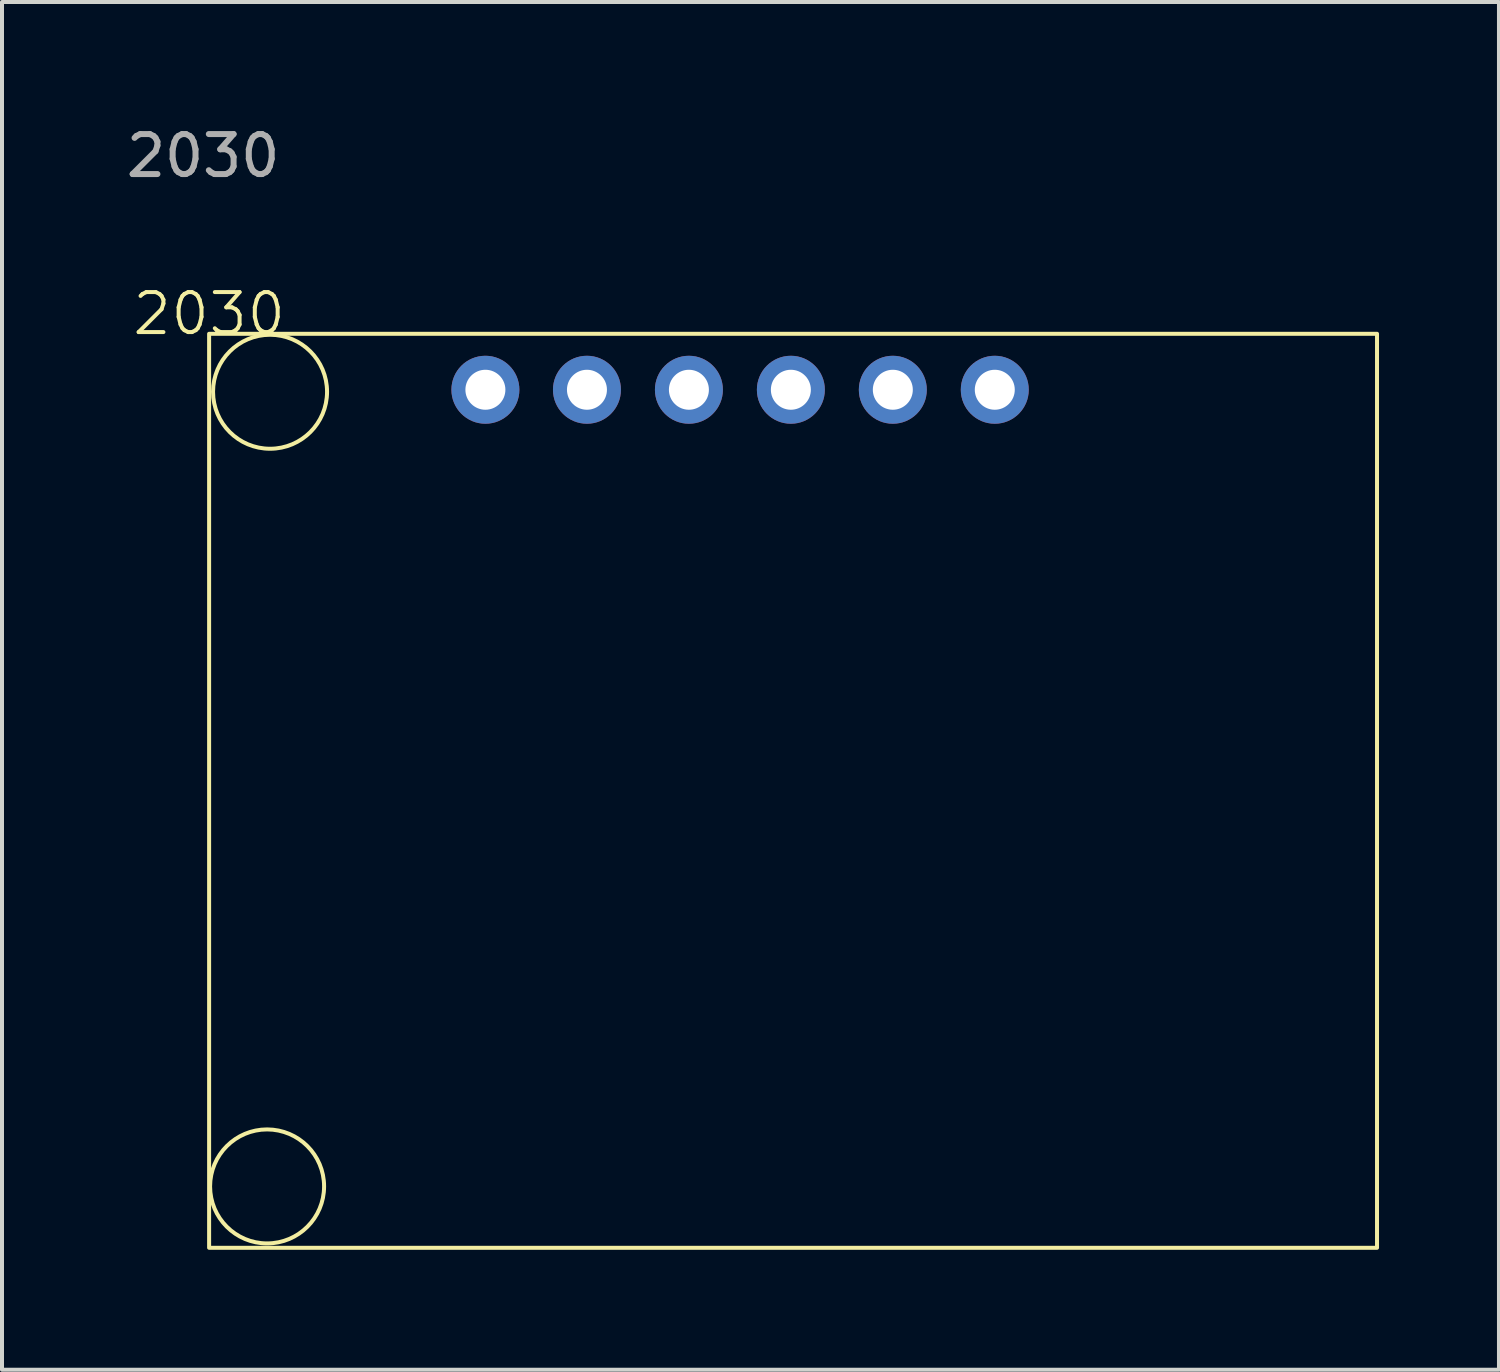
<source format=kicad_pcb>
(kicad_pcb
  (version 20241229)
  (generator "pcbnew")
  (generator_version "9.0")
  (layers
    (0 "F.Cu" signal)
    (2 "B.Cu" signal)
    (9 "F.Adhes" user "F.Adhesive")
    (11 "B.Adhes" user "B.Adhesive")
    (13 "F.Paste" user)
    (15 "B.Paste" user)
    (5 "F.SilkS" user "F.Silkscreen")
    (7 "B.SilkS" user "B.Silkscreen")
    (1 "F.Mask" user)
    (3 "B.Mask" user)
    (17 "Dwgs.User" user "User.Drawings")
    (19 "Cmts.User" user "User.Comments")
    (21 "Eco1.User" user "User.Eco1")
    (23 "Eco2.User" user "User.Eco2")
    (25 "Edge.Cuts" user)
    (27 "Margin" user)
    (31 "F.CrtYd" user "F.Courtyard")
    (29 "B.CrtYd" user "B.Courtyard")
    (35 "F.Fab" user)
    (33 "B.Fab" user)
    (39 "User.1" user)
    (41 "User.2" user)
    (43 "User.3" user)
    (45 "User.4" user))
  (footprint "2030"
    (layer "F.Cu")
    (at 2.18 5.298)
    (property "Reference" "2030" (at 0 -0.5 0) (unlocked yes) (layer "F.SilkS") (effects (font (size 1 1) (thickness 0.1))))
    (attr through_hole)
    (fp_rect (start 0 0) (end 29.21 22.86) (stroke (width 0.1) (type default)) (fill no) (layer "F.SilkS"))
    (fp_circle (center 1.45 21.325) (end 2.875 21.28) (stroke (width 0.1) (type default)) (fill no) (layer "F.SilkS"))
    (fp_circle (center 1.524 1.45) (end 2.949 1.405) (stroke (width 0.1) (type default)) (fill no) (layer "F.SilkS"))
    (fp_text user "${REFERENCE}" (at -0.15 -4.45 0) (unlocked yes) (layer "F.Fab") (effects (font (size 1 1) (thickness 0.15))))
    (pad "1" thru_hole circle (at 6.91 1.4) (size 1.7 1.7) (drill 1) (layers "*.Cu" "*.Mask"))
    (pad "2" thru_hole circle (at 9.45 1.4) (size 1.7 1.7) (drill 1) (layers "*.Cu" "*.Mask"))
    (pad "3" thru_hole circle (at 12 1.4) (size 1.7 1.7) (drill 1) (layers "*.Cu" "*.Mask"))
    (pad "4" thru_hole circle (at 14.55 1.4) (size 1.7 1.7) (drill 1) (layers "*.Cu" "*.Mask"))
    (pad "5" thru_hole circle (at 17.1 1.4) (size 1.7 1.7) (drill 1) (layers "*.Cu" "*.Mask"))
    (pad "6" thru_hole circle (at 19.65 1.4) (size 1.7 1.7) (drill 1) (layers "*.Cu" "*.Mask")))
  (gr_rect
    (start -3 -3)
    (end 34.44 31.208)
    (stroke (width 0.1) (type default))
    (fill no)
    (layer "Edge.Cuts")))
</source>
